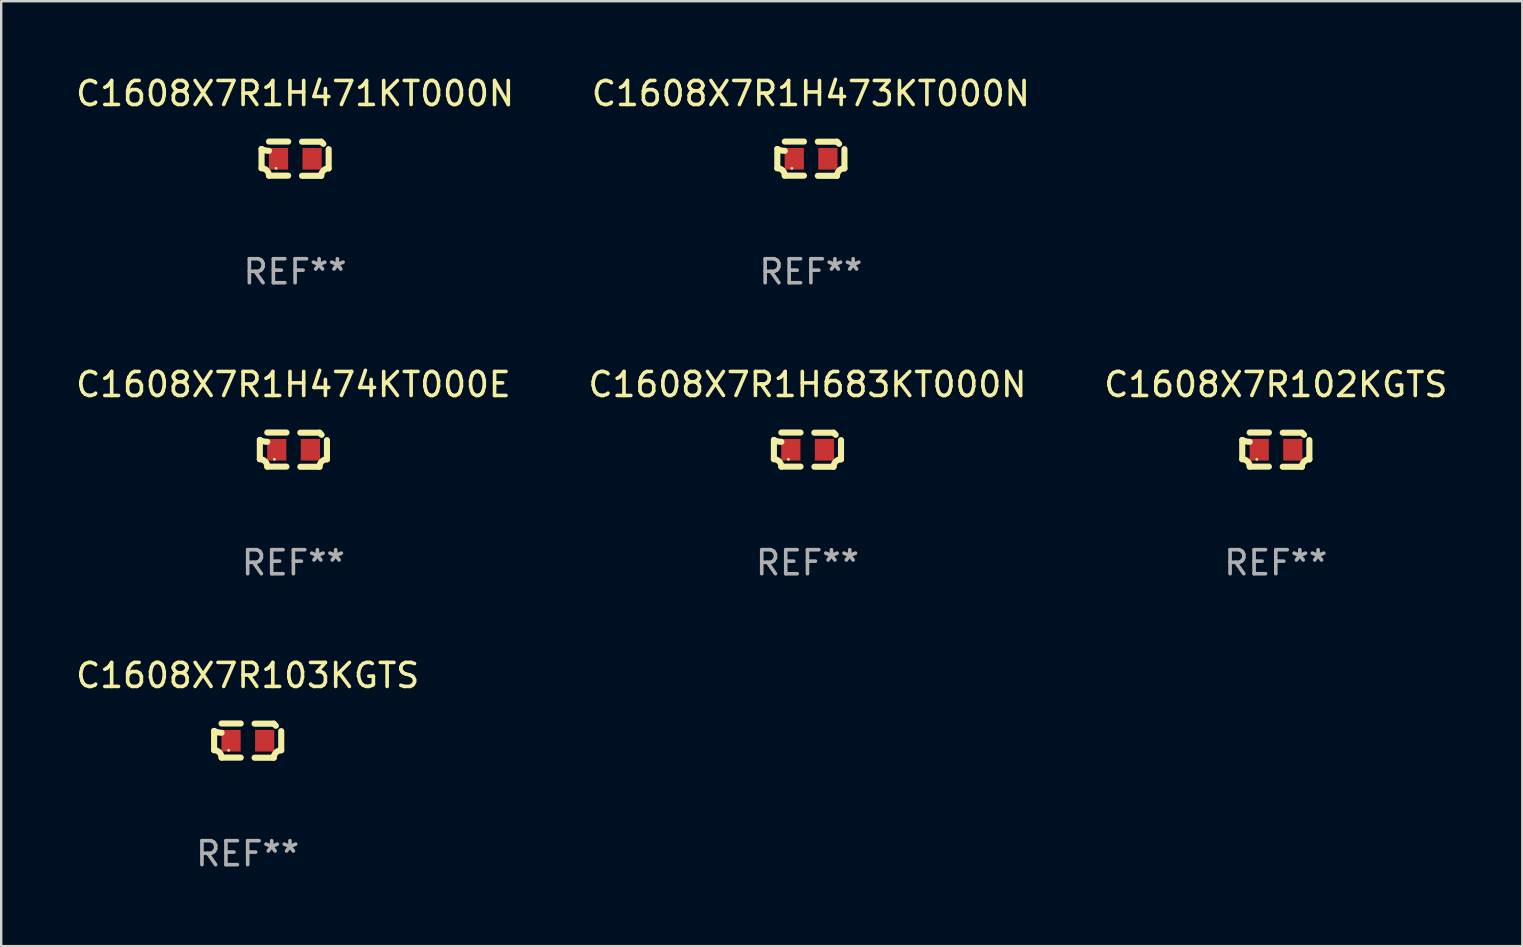
<source format=kicad_pcb>
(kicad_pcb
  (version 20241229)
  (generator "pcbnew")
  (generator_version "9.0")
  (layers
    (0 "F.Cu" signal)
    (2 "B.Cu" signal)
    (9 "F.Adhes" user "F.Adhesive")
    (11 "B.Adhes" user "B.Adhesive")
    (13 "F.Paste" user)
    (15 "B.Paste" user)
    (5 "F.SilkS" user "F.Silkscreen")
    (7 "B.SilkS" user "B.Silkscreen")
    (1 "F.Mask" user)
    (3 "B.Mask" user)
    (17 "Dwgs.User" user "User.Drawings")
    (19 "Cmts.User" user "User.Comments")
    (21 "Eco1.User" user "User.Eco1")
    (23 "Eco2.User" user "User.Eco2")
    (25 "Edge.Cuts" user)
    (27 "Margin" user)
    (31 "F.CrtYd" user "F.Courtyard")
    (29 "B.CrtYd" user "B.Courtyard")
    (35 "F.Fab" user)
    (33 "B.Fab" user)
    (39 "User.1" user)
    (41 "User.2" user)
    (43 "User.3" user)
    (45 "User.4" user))
  (footprint "C1608X7R1H474KT000E"
    (layer "F.Cu")
    (at 9.173 15.683)
    (property "Reference" "C1608X7R1H474KT000E" (at 0 -2.713 0) (layer "F.SilkS") (effects (font (size 1 1) (thickness 0.15))))
    (attr through_hole)
    (fp_line (start -1.398 -0.403) (end -1.398 0.397) (stroke (width 0.254) (type solid)) (layer "F.SilkS"))
    (fp_line (start -0.288 -0.713) (end -1.088 -0.713) (stroke (width 0.254) (type solid)) (layer "F.SilkS"))
    (fp_line (start -0.288 0.707) (end -1.088 0.707) (stroke (width 0.254) (type solid)) (layer "F.SilkS"))
    (fp_line (start 0.288 -0.707) (end 1.088 -0.707) (stroke (width 0.254) (type solid)) (layer "F.SilkS"))
    (fp_line (start 0.288 0.713) (end 1.088 0.713) (stroke (width 0.254) (type solid)) (layer "F.SilkS"))
    (fp_line (start 1.398 -0.397) (end 1.398 0.403) (stroke (width 0.254) (type solid)) (layer "F.SilkS"))
    (fp_arc (start -1.397789 0.397066) (mid -1.178701 0.487826) (end -1.08796 0.706922) (stroke (width 0.254001) (type solid)) (layer "F.SilkS"))
    (fp_arc (start -1.08796 -0.327176) (mid -1.247436 -0.346384) (end -1.39779 -0.402908) (stroke (width 0.254001) (type solid)) (layer "F.SilkS"))
    (fp_arc (start 1.087909 0.712738) (mid 1.178656 0.493655) (end 1.397739 0.402908) (stroke (width 0.254001) (type solid)) (layer "F.SilkS"))
    (fp_arc (start 1.175925 -0.618926) (mid 1.131917 -0.662923) (end 1.08791 -0.706922) (stroke (width 0.254001) (type solid)) (layer "F.SilkS"))
    (fp_circle (center -0.792 0.403) (end -0.762 0.403) (stroke (width 0.06) (type solid)) (fill no) (layer "F.SilkS"))
    (fp_text user "REF**" (at 0 4.713 0) (layer "F.Fab") (effects (font (size 1 1) (thickness 0.15))))
    (pad "1" smd rect (at -0.692 0.003) (size 0.8 0.9) (layers "F.Cu" "F.Mask" "F.Paste"))
    (pad "2" smd rect (at 0.708 0.003) (size 0.8 0.9) (layers "F.Cu" "F.Mask" "F.Paste")))
  (footprint "C1608X7R102KGTS"
    (layer "F.Cu")
    (at 50.101 15.683)
    (property "Reference" "C1608X7R102KGTS" (at 0 -2.713 0) (layer "F.SilkS") (effects (font (size 1 1) (thickness 0.15))))
    (attr through_hole)
    (fp_line (start -1.398 -0.403) (end -1.398 0.397) (stroke (width 0.254) (type solid)) (layer "F.SilkS"))
    (fp_line (start -0.288 -0.713) (end -1.088 -0.713) (stroke (width 0.254) (type solid)) (layer "F.SilkS"))
    (fp_line (start -0.288 0.707) (end -1.088 0.707) (stroke (width 0.254) (type solid)) (layer "F.SilkS"))
    (fp_line (start 0.288 -0.707) (end 1.088 -0.707) (stroke (width 0.254) (type solid)) (layer "F.SilkS"))
    (fp_line (start 0.288 0.713) (end 1.088 0.713) (stroke (width 0.254) (type solid)) (layer "F.SilkS"))
    (fp_line (start 1.398 -0.397) (end 1.398 0.403) (stroke (width 0.254) (type solid)) (layer "F.SilkS"))
    (fp_arc (start -1.397789 0.397066) (mid -1.178701 0.487826) (end -1.08796 0.706922) (stroke (width 0.254001) (type solid)) (layer "F.SilkS"))
    (fp_arc (start -1.08796 -0.327176) (mid -1.247436 -0.346384) (end -1.39779 -0.402908) (stroke (width 0.254001) (type solid)) (layer "F.SilkS"))
    (fp_arc (start 1.087909 0.712738) (mid 1.178656 0.493655) (end 1.397739 0.402908) (stroke (width 0.254001) (type solid)) (layer "F.SilkS"))
    (fp_arc (start 1.175925 -0.618926) (mid 1.131917 -0.662923) (end 1.08791 -0.706922) (stroke (width 0.254001) (type solid)) (layer "F.SilkS"))
    (fp_circle (center -0.792 0.403) (end -0.762 0.403) (stroke (width 0.06) (type solid)) (fill no) (layer "F.SilkS"))
    (fp_text user "REF**" (at 0 4.713 0) (layer "F.Fab") (effects (font (size 1 1) (thickness 0.15))))
    (pad "1" smd rect (at -0.692 0.003) (size 0.8 0.9) (layers "F.Cu" "F.Mask" "F.Paste"))
    (pad "2" smd rect (at 0.708 0.003) (size 0.8 0.9) (layers "F.Cu" "F.Mask" "F.Paste")))
  (footprint "C1608X7R1H473KT000N"
    (layer "F.Cu")
    (at 30.732 3.561)
    (property "Reference" "C1608X7R1H473KT000N" (at 0 -2.713 0) (layer "F.SilkS") (effects (font (size 1 1) (thickness 0.15))))
    (attr through_hole)
    (fp_line (start -1.398 -0.403) (end -1.398 0.397) (stroke (width 0.254) (type solid)) (layer "F.SilkS"))
    (fp_line (start -0.288 -0.713) (end -1.088 -0.713) (stroke (width 0.254) (type solid)) (layer "F.SilkS"))
    (fp_line (start -0.288 0.707) (end -1.088 0.707) (stroke (width 0.254) (type solid)) (layer "F.SilkS"))
    (fp_line (start 0.288 -0.707) (end 1.088 -0.707) (stroke (width 0.254) (type solid)) (layer "F.SilkS"))
    (fp_line (start 0.288 0.713) (end 1.088 0.713) (stroke (width 0.254) (type solid)) (layer "F.SilkS"))
    (fp_line (start 1.398 -0.397) (end 1.398 0.403) (stroke (width 0.254) (type solid)) (layer "F.SilkS"))
    (fp_arc (start -1.397789 0.397066) (mid -1.178701 0.487826) (end -1.08796 0.706922) (stroke (width 0.254001) (type solid)) (layer "F.SilkS"))
    (fp_arc (start -1.08796 -0.327176) (mid -1.247436 -0.346384) (end -1.39779 -0.402908) (stroke (width 0.254001) (type solid)) (layer "F.SilkS"))
    (fp_arc (start 1.087909 0.712738) (mid 1.178656 0.493655) (end 1.397739 0.402908) (stroke (width 0.254001) (type solid)) (layer "F.SilkS"))
    (fp_arc (start 1.175925 -0.618926) (mid 1.131917 -0.662923) (end 1.08791 -0.706922) (stroke (width 0.254001) (type solid)) (layer "F.SilkS"))
    (fp_circle (center -0.792 0.403) (end -0.762 0.403) (stroke (width 0.06) (type solid)) (fill no) (layer "F.SilkS"))
    (fp_text user "REF**" (at 0 4.713 0) (layer "F.Fab") (effects (font (size 1 1) (thickness 0.15))))
    (pad "1" smd rect (at -0.692 0.003) (size 0.8 0.9) (layers "F.Cu" "F.Mask" "F.Paste"))
    (pad "2" smd rect (at 0.708 0.003) (size 0.8 0.9) (layers "F.Cu" "F.Mask" "F.Paste")))
  (footprint "C1608X7R1H471KT000N"
    (layer "F.Cu")
    (at 9.244 3.561)
    (property "Reference" "C1608X7R1H471KT000N" (at 0 -2.713 0) (layer "F.SilkS") (effects (font (size 1 1) (thickness 0.15))))
    (attr through_hole)
    (fp_line (start -1.398 -0.403) (end -1.398 0.397) (stroke (width 0.254) (type solid)) (layer "F.SilkS"))
    (fp_line (start -0.288 -0.713) (end -1.088 -0.713) (stroke (width 0.254) (type solid)) (layer "F.SilkS"))
    (fp_line (start -0.288 0.707) (end -1.088 0.707) (stroke (width 0.254) (type solid)) (layer "F.SilkS"))
    (fp_line (start 0.288 -0.707) (end 1.088 -0.707) (stroke (width 0.254) (type solid)) (layer "F.SilkS"))
    (fp_line (start 0.288 0.713) (end 1.088 0.713) (stroke (width 0.254) (type solid)) (layer "F.SilkS"))
    (fp_line (start 1.398 -0.397) (end 1.398 0.403) (stroke (width 0.254) (type solid)) (layer "F.SilkS"))
    (fp_arc (start -1.397789 0.397066) (mid -1.178701 0.487826) (end -1.08796 0.706922) (stroke (width 0.254001) (type solid)) (layer "F.SilkS"))
    (fp_arc (start -1.08796 -0.327176) (mid -1.247436 -0.346384) (end -1.39779 -0.402908) (stroke (width 0.254001) (type solid)) (layer "F.SilkS"))
    (fp_arc (start 1.087909 0.712738) (mid 1.178656 0.493655) (end 1.397739 0.402908) (stroke (width 0.254001) (type solid)) (layer "F.SilkS"))
    (fp_arc (start 1.175925 -0.618926) (mid 1.131917 -0.662923) (end 1.08791 -0.706922) (stroke (width 0.254001) (type solid)) (layer "F.SilkS"))
    (fp_circle (center -0.792 0.403) (end -0.762 0.403) (stroke (width 0.06) (type solid)) (fill no) (layer "F.SilkS"))
    (fp_text user "REF**" (at 0 4.713 0) (layer "F.Fab") (effects (font (size 1 1) (thickness 0.15))))
    (pad "1" smd rect (at -0.692 0.003) (size 0.8 0.9) (layers "F.Cu" "F.Mask" "F.Paste"))
    (pad "2" smd rect (at 0.708 0.003) (size 0.8 0.9) (layers "F.Cu" "F.Mask" "F.Paste")))
  (footprint "C1608X7R1H683KT000N"
    (layer "F.Cu")
    (at 30.589 15.683)
    (property "Reference" "C1608X7R1H683KT000N" (at 0 -2.713 0) (layer "F.SilkS") (effects (font (size 1 1) (thickness 0.15))))
    (attr through_hole)
    (fp_line (start -1.398 -0.403) (end -1.398 0.397) (stroke (width 0.254) (type solid)) (layer "F.SilkS"))
    (fp_line (start -0.288 -0.713) (end -1.088 -0.713) (stroke (width 0.254) (type solid)) (layer "F.SilkS"))
    (fp_line (start -0.288 0.707) (end -1.088 0.707) (stroke (width 0.254) (type solid)) (layer "F.SilkS"))
    (fp_line (start 0.288 -0.707) (end 1.088 -0.707) (stroke (width 0.254) (type solid)) (layer "F.SilkS"))
    (fp_line (start 0.288 0.713) (end 1.088 0.713) (stroke (width 0.254) (type solid)) (layer "F.SilkS"))
    (fp_line (start 1.398 -0.397) (end 1.398 0.403) (stroke (width 0.254) (type solid)) (layer "F.SilkS"))
    (fp_arc (start -1.397789 0.397066) (mid -1.178701 0.487826) (end -1.08796 0.706922) (stroke (width 0.254001) (type solid)) (layer "F.SilkS"))
    (fp_arc (start -1.08796 -0.327176) (mid -1.247436 -0.346384) (end -1.39779 -0.402908) (stroke (width 0.254001) (type solid)) (layer "F.SilkS"))
    (fp_arc (start 1.087909 0.712738) (mid 1.178656 0.493655) (end 1.397739 0.402908) (stroke (width 0.254001) (type solid)) (layer "F.SilkS"))
    (fp_arc (start 1.175925 -0.618926) (mid 1.131917 -0.662923) (end 1.08791 -0.706922) (stroke (width 0.254001) (type solid)) (layer "F.SilkS"))
    (fp_circle (center -0.792 0.403) (end -0.762 0.403) (stroke (width 0.06) (type solid)) (fill no) (layer "F.SilkS"))
    (fp_text user "REF**" (at 0 4.713 0) (layer "F.Fab") (effects (font (size 1 1) (thickness 0.15))))
    (pad "1" smd rect (at -0.692 0.003) (size 0.8 0.9) (layers "F.Cu" "F.Mask" "F.Paste"))
    (pad "2" smd rect (at 0.708 0.003) (size 0.8 0.9) (layers "F.Cu" "F.Mask" "F.Paste")))
  (footprint "C1608X7R103KGTS"
    (layer "F.Cu")
    (at 7.268 27.805)
    (property "Reference" "C1608X7R103KGTS" (at 0 -2.713 0) (layer "F.SilkS") (effects (font (size 1 1) (thickness 0.15))))
    (attr through_hole)
    (fp_line (start -1.398 -0.403) (end -1.398 0.397) (stroke (width 0.254) (type solid)) (layer "F.SilkS"))
    (fp_line (start -0.288 -0.713) (end -1.088 -0.713) (stroke (width 0.254) (type solid)) (layer "F.SilkS"))
    (fp_line (start -0.288 0.707) (end -1.088 0.707) (stroke (width 0.254) (type solid)) (layer "F.SilkS"))
    (fp_line (start 0.288 -0.707) (end 1.088 -0.707) (stroke (width 0.254) (type solid)) (layer "F.SilkS"))
    (fp_line (start 0.288 0.713) (end 1.088 0.713) (stroke (width 0.254) (type solid)) (layer "F.SilkS"))
    (fp_line (start 1.398 -0.397) (end 1.398 0.403) (stroke (width 0.254) (type solid)) (layer "F.SilkS"))
    (fp_arc (start -1.397789 0.397066) (mid -1.178701 0.487826) (end -1.08796 0.706922) (stroke (width 0.254001) (type solid)) (layer "F.SilkS"))
    (fp_arc (start -1.08796 -0.327176) (mid -1.247436 -0.346384) (end -1.39779 -0.402908) (stroke (width 0.254001) (type solid)) (layer "F.SilkS"))
    (fp_arc (start 1.087909 0.712738) (mid 1.178656 0.493655) (end 1.397739 0.402908) (stroke (width 0.254001) (type solid)) (layer "F.SilkS"))
    (fp_arc (start 1.175925 -0.618926) (mid 1.131917 -0.662923) (end 1.08791 -0.706922) (stroke (width 0.254001) (type solid)) (layer "F.SilkS"))
    (fp_circle (center -0.792 0.403) (end -0.762 0.403) (stroke (width 0.06) (type solid)) (fill no) (layer "F.SilkS"))
    (fp_text user "REF**" (at 0 4.713 0) (layer "F.Fab") (effects (font (size 1 1) (thickness 0.15))))
    (pad "1" smd rect (at -0.692 0.003) (size 0.8 0.9) (layers "F.Cu" "F.Mask" "F.Paste"))
    (pad "2" smd rect (at 0.708 0.003) (size 0.8 0.9) (layers "F.Cu" "F.Mask" "F.Paste")))
  (gr_rect
    (start -3 -3)
    (end 60.369 36.366)
    (stroke (width 0.1) (type default))
    (fill no)
    (layer "Edge.Cuts")))
</source>
